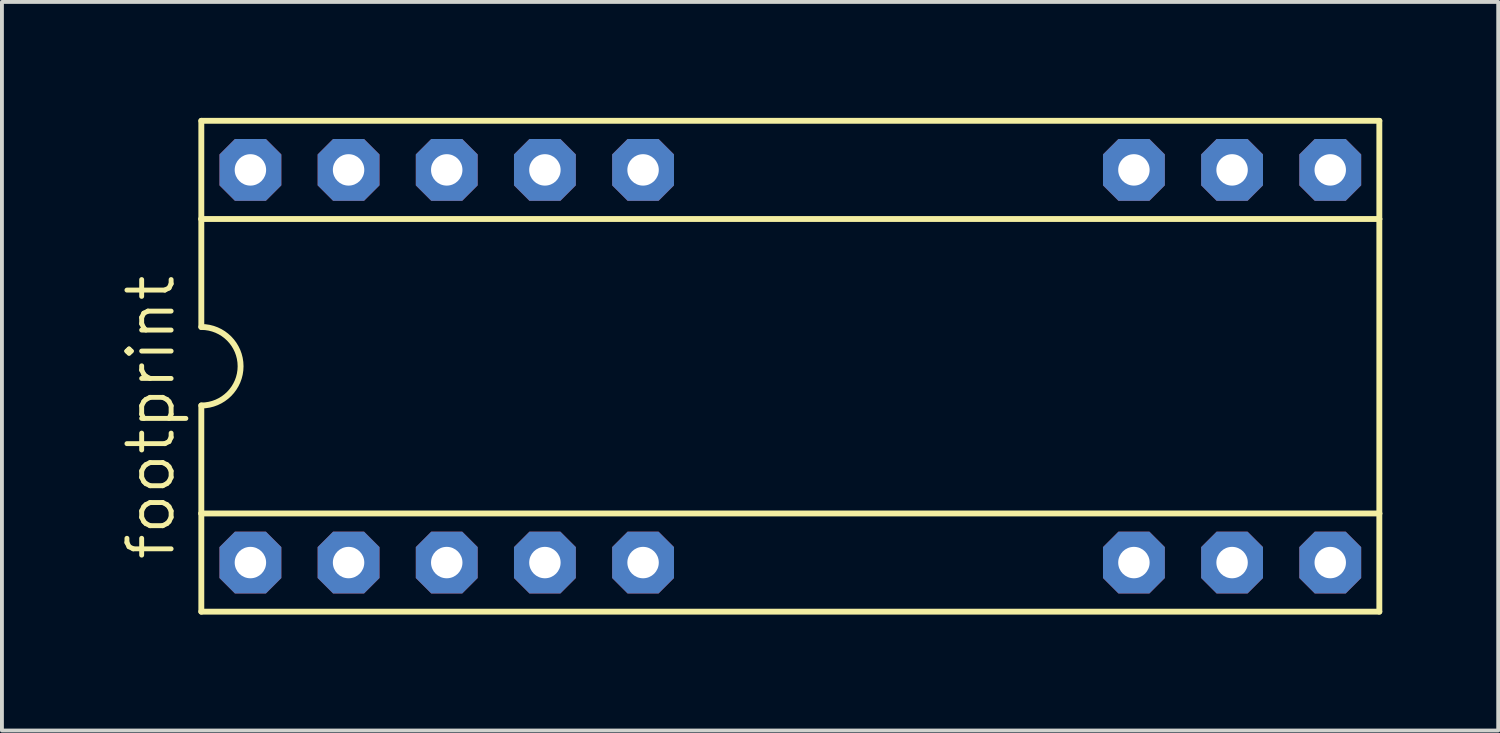
<source format=kicad_pcb>
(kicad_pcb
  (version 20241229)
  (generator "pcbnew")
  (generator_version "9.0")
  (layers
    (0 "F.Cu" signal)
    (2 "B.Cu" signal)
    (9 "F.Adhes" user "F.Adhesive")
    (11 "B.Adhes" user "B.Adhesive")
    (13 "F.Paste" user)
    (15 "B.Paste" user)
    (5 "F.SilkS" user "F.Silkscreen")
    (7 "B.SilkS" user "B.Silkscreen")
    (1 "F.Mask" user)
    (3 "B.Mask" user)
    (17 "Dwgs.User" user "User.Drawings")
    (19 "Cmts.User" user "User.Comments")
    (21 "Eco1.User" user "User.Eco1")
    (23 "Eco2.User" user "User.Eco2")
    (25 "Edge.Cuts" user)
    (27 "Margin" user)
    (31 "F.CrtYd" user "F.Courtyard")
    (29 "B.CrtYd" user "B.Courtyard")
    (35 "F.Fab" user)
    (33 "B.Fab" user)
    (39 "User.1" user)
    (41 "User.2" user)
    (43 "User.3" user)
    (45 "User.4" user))
  (footprint "footprint"
    (layer "F.Cu")
    (at 17.399 6.426)
    (property "Reference" "footprint" (at -15.875 5.08 90) (layer "F.SilkS") (effects (font (size 1.143 1.143) (thickness 0.127)) (justify left bottom)))
    (fp_line (start -15.24 -6.35) (end -15.24 -3.81) (stroke (width 0.152) (type solid)) (layer "F.SilkS"))
    (fp_line (start -15.24 -3.81) (end -15.24 -1.016) (stroke (width 0.152) (type solid)) (layer "F.SilkS"))
    (fp_line (start -15.24 3.81) (end -15.24 1.016) (stroke (width 0.152) (type solid)) (layer "F.SilkS"))
    (fp_line (start -15.24 3.81) (end 15.24 3.81) (stroke (width 0.152) (type solid)) (layer "F.SilkS"))
    (fp_line (start -15.24 6.35) (end -15.24 3.81) (stroke (width 0.152) (type solid)) (layer "F.SilkS"))
    (fp_line (start -15.24 6.35) (end 15.24 6.35) (stroke (width 0.152) (type solid)) (layer "F.SilkS"))
    (fp_line (start 15.24 -6.35) (end -15.24 -6.35) (stroke (width 0.152) (type solid)) (layer "F.SilkS"))
    (fp_line (start 15.24 -6.35) (end 15.24 -3.81) (stroke (width 0.152) (type solid)) (layer "F.SilkS"))
    (fp_line (start 15.24 -3.81) (end -15.24 -3.81) (stroke (width 0.152) (type solid)) (layer "F.SilkS"))
    (fp_line (start 15.24 -3.81) (end 15.24 3.81) (stroke (width 0.152) (type solid)) (layer "F.SilkS"))
    (fp_line (start 15.24 3.81) (end 15.24 6.35) (stroke (width 0.152) (type solid)) (layer "F.SilkS"))
    (fp_arc (start -15.24 -1.016) (mid -14.224 0) (end -15.24 1.016) (stroke (width 0.1524) (type solid)) (layer "F.SilkS"))
    (pad "1" thru_hole roundrect (at -13.97 5.08) (size 1.6 1.6) (drill 0.813) (layers "*.Cu" "*.Mask") (roundrect_rratio 0.25) (chamfer_ratio 0.25) (chamfer top_left top_right bottom_left bottom_right))
    (pad "2" thru_hole roundrect (at -11.43 5.08) (size 1.6 1.6) (drill 0.813) (layers "*.Cu" "*.Mask") (roundrect_rratio 0.25) (chamfer_ratio 0.25) (chamfer top_left top_right bottom_left bottom_right))
    (pad "3" thru_hole roundrect (at -8.89 5.08) (size 1.6 1.6) (drill 0.813) (layers "*.Cu" "*.Mask") (roundrect_rratio 0.25) (chamfer_ratio 0.25) (chamfer top_left top_right bottom_left bottom_right))
    (pad "4" thru_hole roundrect (at -6.35 5.08) (size 1.6 1.6) (drill 0.813) (layers "*.Cu" "*.Mask") (roundrect_rratio 0.25) (chamfer_ratio 0.25) (chamfer top_left top_right bottom_left bottom_right))
    (pad "5" thru_hole roundrect (at -3.81 5.08) (size 1.6 1.6) (drill 0.813) (layers "*.Cu" "*.Mask") (roundrect_rratio 0.25) (chamfer_ratio 0.25) (chamfer top_left top_right bottom_left bottom_right))
    (pad "10" thru_hole roundrect (at 8.89 5.08) (size 1.6 1.6) (drill 0.813) (layers "*.Cu" "*.Mask") (roundrect_rratio 0.25) (chamfer_ratio 0.25) (chamfer top_left top_right bottom_left bottom_right))
    (pad "11" thru_hole roundrect (at 11.43 5.08) (size 1.6 1.6) (drill 0.813) (layers "*.Cu" "*.Mask") (roundrect_rratio 0.25) (chamfer_ratio 0.25) (chamfer top_left top_right bottom_left bottom_right))
    (pad "12" thru_hole roundrect (at 13.97 5.08) (size 1.6 1.6) (drill 0.813) (layers "*.Cu" "*.Mask") (roundrect_rratio 0.25) (chamfer_ratio 0.25) (chamfer top_left top_right bottom_left bottom_right))
    (pad "13" thru_hole roundrect (at 13.97 -5.08) (size 1.6 1.6) (drill 0.813) (layers "*.Cu" "*.Mask") (roundrect_rratio 0.25) (chamfer_ratio 0.25) (chamfer top_left top_right bottom_left bottom_right))
    (pad "14" thru_hole roundrect (at 11.43 -5.08) (size 1.6 1.6) (drill 0.813) (layers "*.Cu" "*.Mask") (roundrect_rratio 0.25) (chamfer_ratio 0.25) (chamfer top_left top_right bottom_left bottom_right))
    (pad "15" thru_hole roundrect (at 8.89 -5.08) (size 1.6 1.6) (drill 0.813) (layers "*.Cu" "*.Mask") (roundrect_rratio 0.25) (chamfer_ratio 0.25) (chamfer top_left top_right bottom_left bottom_right))
    (pad "20" thru_hole roundrect (at -3.81 -5.08) (size 1.6 1.6) (drill 0.813) (layers "*.Cu" "*.Mask") (roundrect_rratio 0.25) (chamfer_ratio 0.25) (chamfer top_left top_right bottom_left bottom_right))
    (pad "21" thru_hole roundrect (at -6.35 -5.08) (size 1.6 1.6) (drill 0.813) (layers "*.Cu" "*.Mask") (roundrect_rratio 0.25) (chamfer_ratio 0.25) (chamfer top_left top_right bottom_left bottom_right))
    (pad "22" thru_hole roundrect (at -8.89 -5.08) (size 1.6 1.6) (drill 0.813) (layers "*.Cu" "*.Mask") (roundrect_rratio 0.25) (chamfer_ratio 0.25) (chamfer top_left top_right bottom_left bottom_right))
    (pad "23" thru_hole roundrect (at -11.43 -5.08) (size 1.6 1.6) (drill 0.813) (layers "*.Cu" "*.Mask") (roundrect_rratio 0.25) (chamfer_ratio 0.25) (chamfer top_left top_right bottom_left bottom_right))
    (pad "24" thru_hole roundrect (at -13.97 -5.08) (size 1.6 1.6) (drill 0.813) (layers "*.Cu" "*.Mask") (roundrect_rratio 0.25) (chamfer_ratio 0.25) (chamfer top_left top_right bottom_left bottom_right)))
  (gr_rect
    (start -3 -3)
    (end 35.715 15.852)
    (stroke (width 0.1) (type default))
    (fill no)
    (layer "Edge.Cuts")))
</source>
